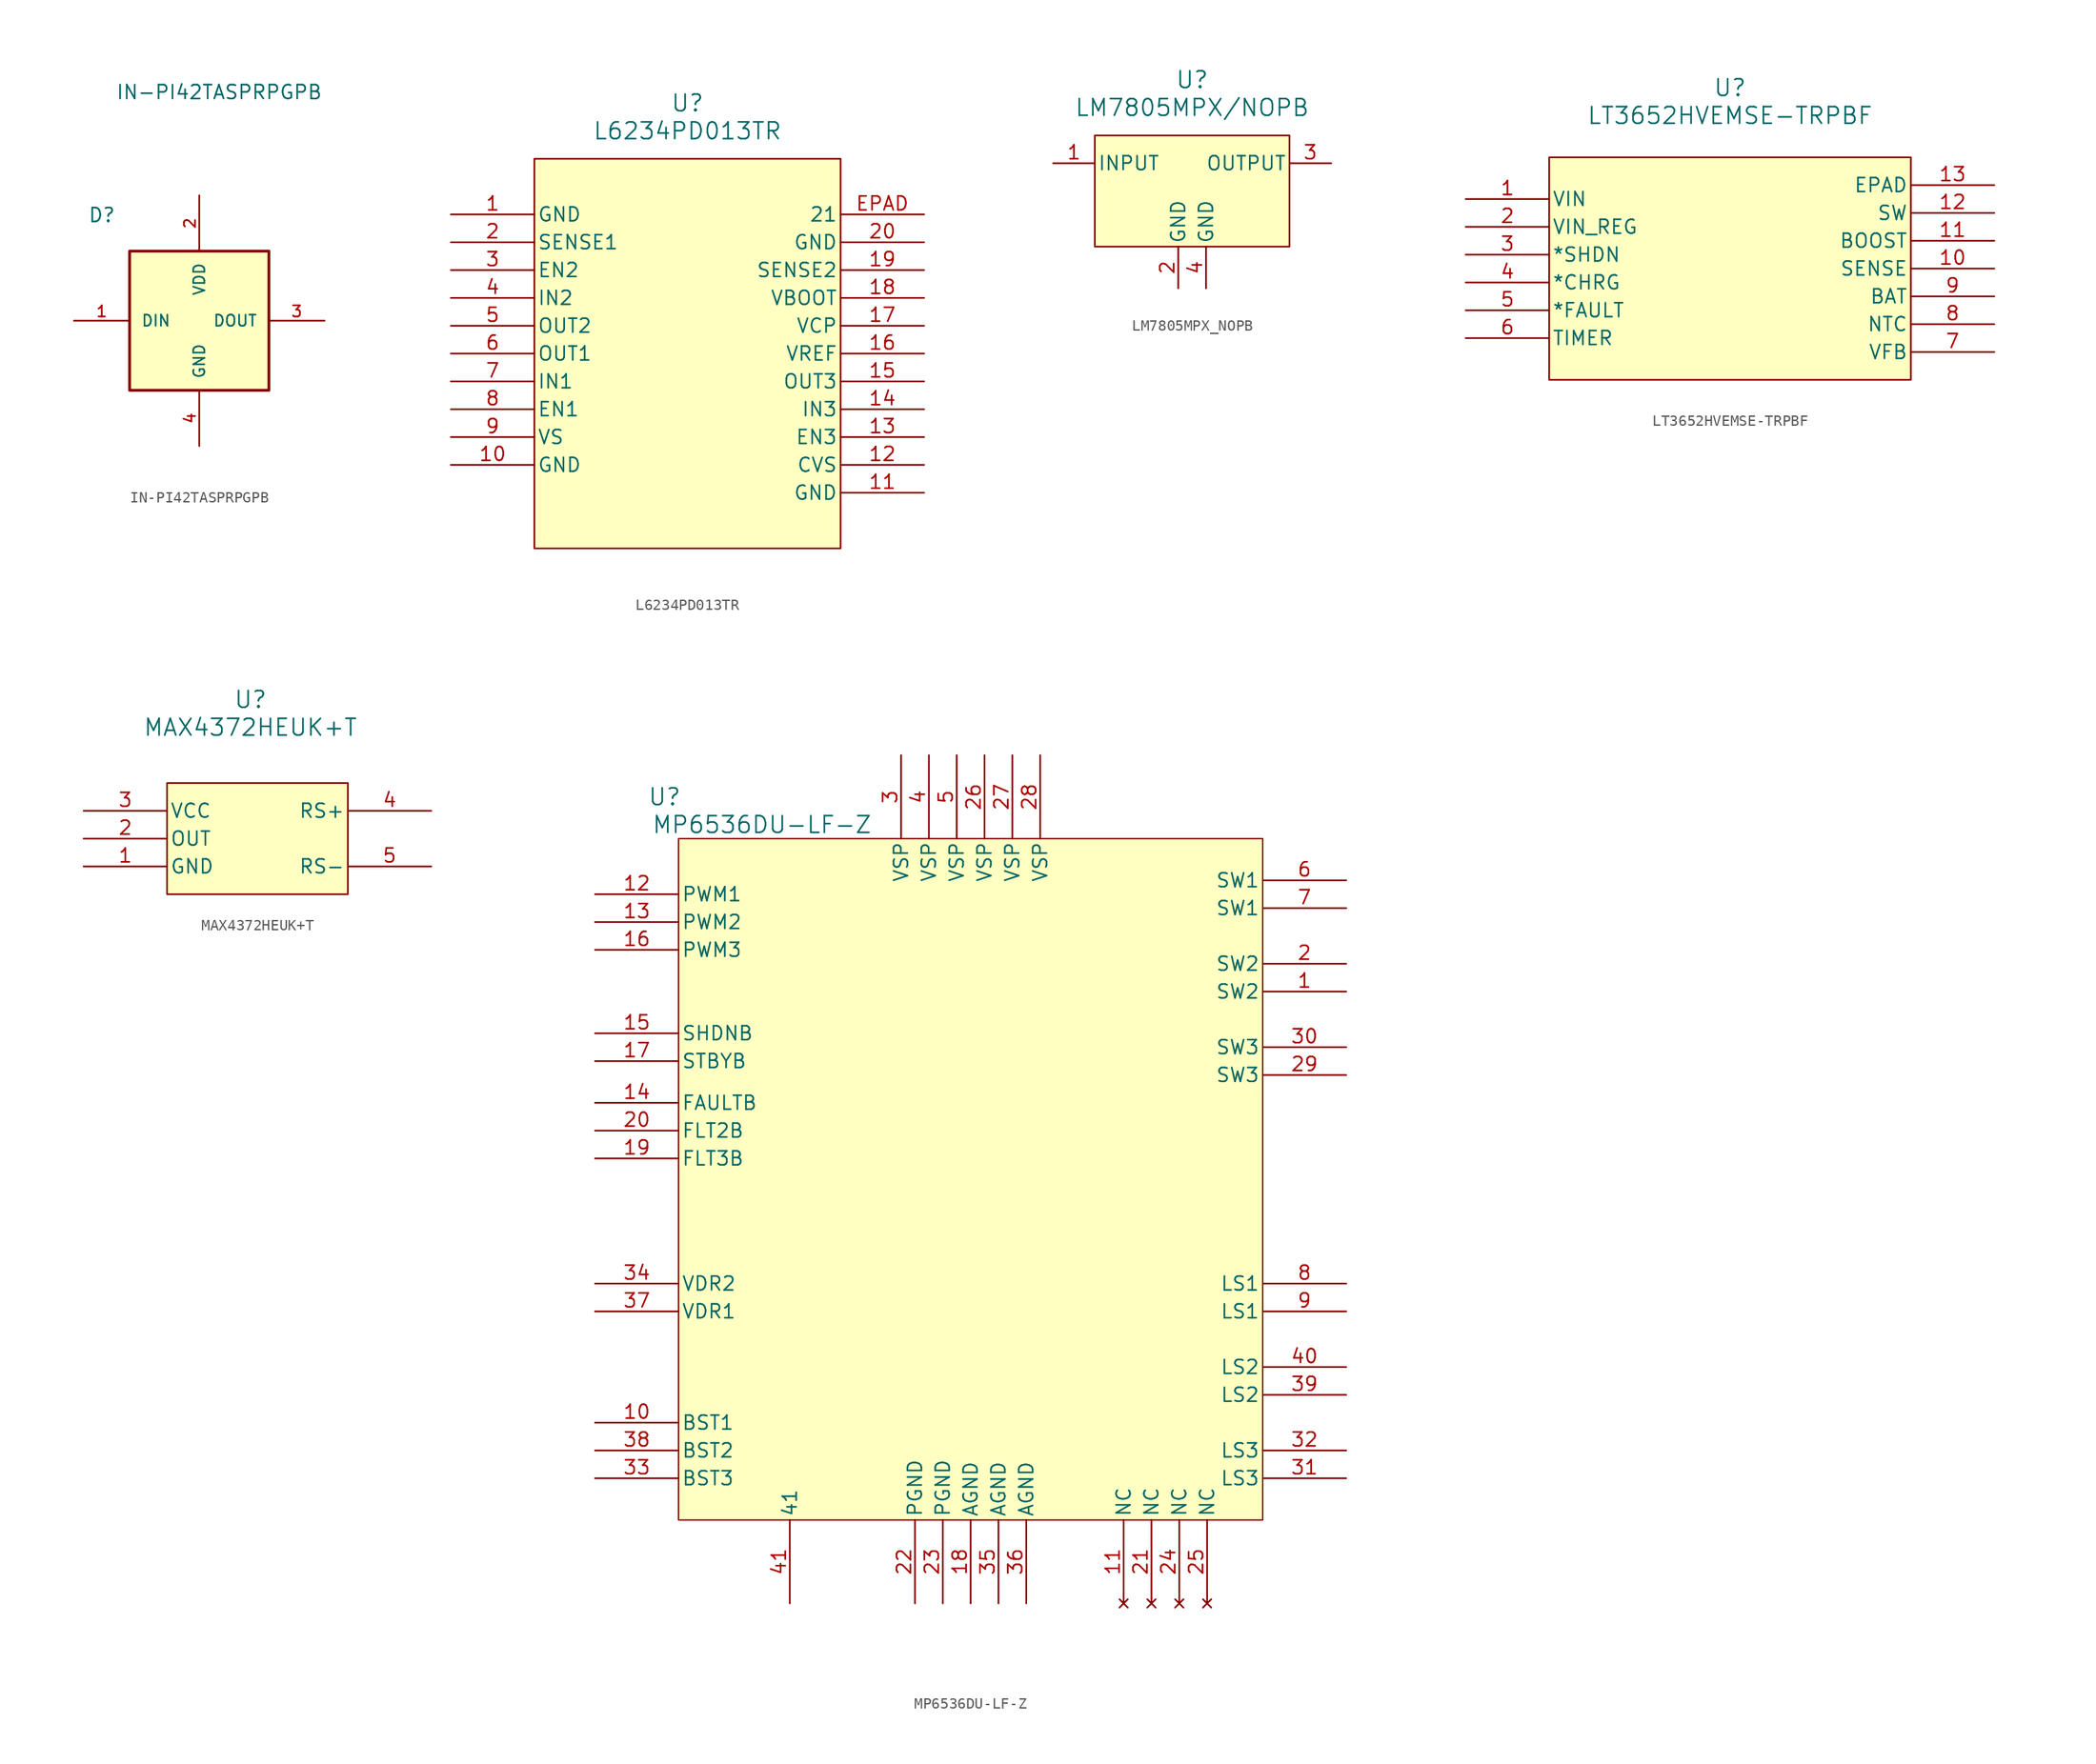
<source format=kicad_sym>
(kicad_symbol_lib
  (version 20220914)
  (generator kicad_symbol_editor)
  (symbol "IN-PI42TASPRPGPB"
    (pin_names
      (offset 1.016))
    (property "Reference" "D"
      (at -10.16 8.89 0)
      (effects (font (size 1.27 1.27)) (justify left bottom)))
    (property "Value" "IN-PI42TASPRPGPB"
      (at -7.62 21.59 0)
      (effects (font (size 1.27 1.27)) (justify left top)))
    (symbol "IN-PI42TASPRPGPB_0_0"
      (rectangle (start -6.35 6.35) (end 6.35 -6.35) (stroke (width 0.254) (type default)) (fill (type background)))
      (pin input line (at -11.43 0 0) (length 5.08) (name "DIN" (effects (font (size 1.016 1.016)))) (number "1" (effects (font (size 1.016 1.016)))))
      (pin power_in line (at 0 11.43 270) (length 5.08) (name "VDD" (effects (font (size 1.016 1.016)))) (number "2" (effects (font (size 1.016 1.016)))))
      (pin output line (at 11.43 0 180) (length 5.08) (name "DOUT" (effects (font (size 1.016 1.016)))) (number "3" (effects (font (size 1.016 1.016)))))
      (pin power_in line (at 0 -11.43 90) (length 5.08) (name "GND" (effects (font (size 1.016 1.016)))) (number "4" (effects (font (size 1.016 1.016)))))))
  (symbol "L6234PD013TR"
    (pin_names
      (offset 0.254))
    (property "Reference" "U"
      (at 0 22.86 0)
      (effects (font (size 1.524 1.524))))
    (property "Value" "L6234PD013TR"
      (at 0 20.32 0)
      (effects (font (size 1.524 1.524))))
    (symbol "L6234PD013TR_0_1"
      (pin power_in line (at -21.59 12.7 0) (length 7.62) (name "GND" (effects (font (size 1.27 1.27)))) (number "1" (effects (font (size 1.27 1.27)))))
      (pin power_in line (at -21.59 -10.16 0) (length 7.62) (name "GND" (effects (font (size 1.27 1.27)))) (number "10" (effects (font (size 1.27 1.27)))))
      (pin power_in line (at 21.59 -12.7 180) (length 7.62) (name "GND" (effects (font (size 1.27 1.27)))) (number "11" (effects (font (size 1.27 1.27)))))
      (pin unspecified line (at 21.59 -10.16 180) (length 7.62) (name "CVS" (effects (font (size 1.27 1.27)))) (number "12" (effects (font (size 1.27 1.27)))))
      (pin unspecified line (at 21.59 -7.62 180) (length 7.62) (name "EN3" (effects (font (size 1.27 1.27)))) (number "13" (effects (font (size 1.27 1.27)))))
      (pin input line (at 21.59 -5.08 180) (length 7.62) (name "IN3" (effects (font (size 1.27 1.27)))) (number "14" (effects (font (size 1.27 1.27)))))
      (pin output line (at 21.59 -2.54 180) (length 7.62) (name "OUT3" (effects (font (size 1.27 1.27)))) (number "15" (effects (font (size 1.27 1.27)))))
      (pin power_in line (at 21.59 0 180) (length 7.62) (name "VREF" (effects (font (size 1.27 1.27)))) (number "16" (effects (font (size 1.27 1.27)))))
      (pin power_in line (at 21.59 2.54 180) (length 7.62) (name "VCP" (effects (font (size 1.27 1.27)))) (number "17" (effects (font (size 1.27 1.27)))))
      (pin power_in line (at 21.59 5.08 180) (length 7.62) (name "VBOOT" (effects (font (size 1.27 1.27)))) (number "18" (effects (font (size 1.27 1.27)))))
      (pin unspecified line (at 21.59 7.62 180) (length 7.62) (name "SENSE2" (effects (font (size 1.27 1.27)))) (number "19" (effects (font (size 1.27 1.27)))))
      (pin unspecified line (at -21.59 10.16 0) (length 7.62) (name "SENSE1" (effects (font (size 1.27 1.27)))) (number "2" (effects (font (size 1.27 1.27)))))
      (pin power_in line (at 21.59 10.16 180) (length 7.62) (name "GND" (effects (font (size 1.27 1.27)))) (number "20" (effects (font (size 1.27 1.27)))))
      (pin unspecified line (at -21.59 7.62 0) (length 7.62) (name "EN2" (effects (font (size 1.27 1.27)))) (number "3" (effects (font (size 1.27 1.27)))))
      (pin input line (at -21.59 5.08 0) (length 7.62) (name "IN2" (effects (font (size 1.27 1.27)))) (number "4" (effects (font (size 1.27 1.27)))))
      (pin output line (at -21.59 2.54 0) (length 7.62) (name "OUT2" (effects (font (size 1.27 1.27)))) (number "5" (effects (font (size 1.27 1.27)))))
      (pin output line (at -21.59 0 0) (length 7.62) (name "OUT1" (effects (font (size 1.27 1.27)))) (number "6" (effects (font (size 1.27 1.27)))))
      (pin input line (at -21.59 -2.54 0) (length 7.62) (name "IN1" (effects (font (size 1.27 1.27)))) (number "7" (effects (font (size 1.27 1.27)))))
      (pin unspecified line (at -21.59 -5.08 0) (length 7.62) (name "EN1" (effects (font (size 1.27 1.27)))) (number "8" (effects (font (size 1.27 1.27)))))
      (pin power_in line (at -21.59 -7.62 0) (length 7.62) (name "VS" (effects (font (size 1.27 1.27)))) (number "9" (effects (font (size 1.27 1.27)))))
      (pin unspecified line (at 21.59 12.7 180) (length 7.62) (name "21" (effects (font (size 1.27 1.27)))) (number "EPAD" (effects (font (size 1.27 1.27))))))
    (symbol "L6234PD013TR_1_1"
      (rectangle (start -13.97 17.78) (end 13.97 -17.78) (stroke (width 0) (type default)) (fill (type background)))))
  (symbol "LM7805MPX_NOPB"
    (pin_names
      (offset 0.254))
    (property "Reference" "U"
      (at 0 10.16 0)
      (effects (font (size 1.524 1.524))))
    (property "Value" "LM7805MPX/NOPB"
      (at 0 7.62 0)
      (effects (font (size 1.524 1.524))))
    (symbol "LM7805MPX_NOPB_1_1"
      (rectangle (start -8.89 5.08) (end 8.89 -5.08) (stroke (width 0) (type default)) (fill (type background)))
      (pin input line (at -12.7 2.54 0) (length 3.81) (name "INPUT" (effects (font (size 1.27 1.27)))) (number "1" (effects (font (size 1.27 1.27)))))
      (pin power_in line (at -1.27 -8.89 90) (length 3.81) (name "GND" (effects (font (size 1.27 1.27)))) (number "2" (effects (font (size 1.27 1.27)))))
      (pin output line (at 12.7 2.54 180) (length 3.81) (name "OUTPUT" (effects (font (size 1.27 1.27)))) (number "3" (effects (font (size 1.27 1.27)))))
      (pin power_in line (at 1.27 -8.89 90) (length 3.81) (name "GND" (effects (font (size 1.27 1.27)))) (number "4" (effects (font (size 1.27 1.27)))))))
  (symbol "LT3652HVEMSE-TRPBF"
    (pin_names
      (offset 0.254))
    (property "Reference" "U"
      (at 0 16.51 0)
      (effects (font (size 1.524 1.524))))
    (property "Value" "LT3652HVEMSE-TRPBF"
      (at 0 13.97 0)
      (effects (font (size 1.524 1.524))))
    (symbol "LT3652HVEMSE-TRPBF_0_1"
      (pin input line (at -24.13 6.35 0) (length 7.62) (name "VIN" (effects (font (size 1.27 1.27)))) (number "1" (effects (font (size 1.27 1.27)))))
      (pin unspecified line (at 24.13 0 180) (length 7.62) (name "SENSE" (effects (font (size 1.27 1.27)))) (number "10" (effects (font (size 1.27 1.27)))))
      (pin unspecified line (at 24.13 2.54 180) (length 7.62) (name "BOOST" (effects (font (size 1.27 1.27)))) (number "11" (effects (font (size 1.27 1.27)))))
      (pin output line (at 24.13 5.08 180) (length 7.62) (name "SW" (effects (font (size 1.27 1.27)))) (number "12" (effects (font (size 1.27 1.27)))))
      (pin unspecified line (at 24.13 7.62 180) (length 7.62) (name "EPAD" (effects (font (size 1.27 1.27)))) (number "13" (effects (font (size 1.27 1.27)))))
      (pin input line (at -24.13 3.81 0) (length 7.62) (name "VIN_REG" (effects (font (size 1.27 1.27)))) (number "2" (effects (font (size 1.27 1.27)))))
      (pin input line (at -24.13 1.27 0) (length 7.62) (name "*SHDN" (effects (font (size 1.27 1.27)))) (number "3" (effects (font (size 1.27 1.27)))))
      (pin output line (at -24.13 -1.27 0) (length 7.62) (name "*CHRG" (effects (font (size 1.27 1.27)))) (number "4" (effects (font (size 1.27 1.27)))))
      (pin output line (at -24.13 -3.81 0) (length 7.62) (name "*FAULT" (effects (font (size 1.27 1.27)))) (number "5" (effects (font (size 1.27 1.27)))))
      (pin unspecified line (at -24.13 -6.35 0) (length 7.62) (name "TIMER" (effects (font (size 1.27 1.27)))) (number "6" (effects (font (size 1.27 1.27)))))
      (pin output line (at 24.13 -7.62 180) (length 7.62) (name "VFB" (effects (font (size 1.27 1.27)))) (number "7" (effects (font (size 1.27 1.27)))))
      (pin input line (at 24.13 -5.08 180) (length 7.62) (name "NTC" (effects (font (size 1.27 1.27)))) (number "8" (effects (font (size 1.27 1.27)))))
      (pin output line (at 24.13 -2.54 180) (length 7.62) (name "BAT" (effects (font (size 1.27 1.27)))) (number "9" (effects (font (size 1.27 1.27))))))
    (symbol "LT3652HVEMSE-TRPBF_1_1"
      (rectangle (start -16.51 10.16) (end 16.51 -10.16) (stroke (width 0) (type default)) (fill (type background)))))
  (symbol "MAX4372HEUK+T"
    (pin_names
      (offset 0.254))
    (property "Reference" "U"
      (at 0 12.7 0)
      (effects (font (size 1.524 1.524))))
    (property "Value" "MAX4372HEUK+T"
      (at 0 10.16 0)
      (effects (font (size 1.524 1.524))))
    (symbol "MAX4372HEUK+T_0_1"
      (pin power_in line (at -15.24 -2.54 0) (length 7.62) (name "GND" (effects (font (size 1.27 1.27)))) (number "1" (effects (font (size 1.27 1.27)))))
      (pin output line (at -15.24 0 0) (length 7.62) (name "OUT" (effects (font (size 1.27 1.27)))) (number "2" (effects (font (size 1.27 1.27)))))
      (pin unspecified line (at 16.51 2.54 180) (length 7.62) (name "RS+" (effects (font (size 1.27 1.27)))) (number "4" (effects (font (size 1.27 1.27)))))
      (pin unspecified line (at 16.51 -2.54 180) (length 7.62) (name "RS-" (effects (font (size 1.27 1.27)))) (number "5" (effects (font (size 1.27 1.27))))))
    (symbol "MAX4372HEUK+T_1_1"
      (rectangle (start -7.62 5.08) (end 8.89 -5.08) (stroke (width 0) (type default)) (fill (type background)))
      (pin power_in line (at -15.24 2.54 0) (length 7.62) (name "VCC" (effects (font (size 1.27 1.27)))) (number "3" (effects (font (size 1.27 1.27)))))))
  (symbol "MP6536DU-LF-Z"
    (pin_names
      (offset 0.254))
    (property "Reference" "U"
      (at -27.94 26.67 0)
      (effects (font (size 1.524 1.524))))
    (property "Value" "MP6536DU-LF-Z"
      (at -19.05 24.13 0)
      (effects (font (size 1.524 1.524))))
    (symbol "MP6536DU-LF-Z_0_1"
      (pin output line (at 34.29 8.89 180) (length 7.62) (name "SW2" (effects (font (size 1.27 1.27)))) (number "1" (effects (font (size 1.27 1.27)))))
      (pin unspecified line (at -34.29 -30.48 0) (length 7.62) (name "BST1" (effects (font (size 1.27 1.27)))) (number "10" (effects (font (size 1.27 1.27)))))
      (pin no_connect line (at 13.97 -46.99 90) (length 7.62) (name "NC" (effects (font (size 1.27 1.27)))) (number "11" (effects (font (size 1.27 1.27)))))
      (pin unspecified line (at -34.29 -1.27 0) (length 7.62) (name "FAULTB" (effects (font (size 1.27 1.27)))) (number "14" (effects (font (size 1.27 1.27)))))
      (pin power_in line (at 0 -46.99 90) (length 7.62) (name "AGND" (effects (font (size 1.27 1.27)))) (number "18" (effects (font (size 1.27 1.27)))))
      (pin unspecified line (at -34.29 -6.35 0) (length 7.62) (name "FLT3B" (effects (font (size 1.27 1.27)))) (number "19" (effects (font (size 1.27 1.27)))))
      (pin output line (at 34.29 11.43 180) (length 7.62) (name "SW2" (effects (font (size 1.27 1.27)))) (number "2" (effects (font (size 1.27 1.27)))))
      (pin unspecified line (at -34.29 -3.81 0) (length 7.62) (name "FLT2B" (effects (font (size 1.27 1.27)))) (number "20" (effects (font (size 1.27 1.27)))))
      (pin no_connect line (at 16.51 -46.99 90) (length 7.62) (name "NC" (effects (font (size 1.27 1.27)))) (number "21" (effects (font (size 1.27 1.27)))))
      (pin power_in line (at -5.08 -46.99 90) (length 7.62) (name "PGND" (effects (font (size 1.27 1.27)))) (number "22" (effects (font (size 1.27 1.27)))))
      (pin power_in line (at -2.54 -46.99 90) (length 7.62) (name "PGND" (effects (font (size 1.27 1.27)))) (number "23" (effects (font (size 1.27 1.27)))))
      (pin no_connect line (at 19.05 -46.99 90) (length 7.62) (name "NC" (effects (font (size 1.27 1.27)))) (number "24" (effects (font (size 1.27 1.27)))))
      (pin no_connect line (at 21.59 -46.99 90) (length 7.62) (name "NC" (effects (font (size 1.27 1.27)))) (number "25" (effects (font (size 1.27 1.27)))))
      (pin power_in line (at 1.27 30.48 270) (length 7.62) (name "VSP" (effects (font (size 1.27 1.27)))) (number "26" (effects (font (size 1.27 1.27)))))
      (pin power_in line (at 3.81 30.48 270) (length 7.62) (name "VSP" (effects (font (size 1.27 1.27)))) (number "27" (effects (font (size 1.27 1.27)))))
      (pin power_in line (at 6.35 30.48 270) (length 7.62) (name "VSP" (effects (font (size 1.27 1.27)))) (number "28" (effects (font (size 1.27 1.27)))))
      (pin output line (at 34.29 1.27 180) (length 7.62) (name "SW3" (effects (font (size 1.27 1.27)))) (number "29" (effects (font (size 1.27 1.27)))))
      (pin power_in line (at -6.35 30.48 270) (length 7.62) (name "VSP" (effects (font (size 1.27 1.27)))) (number "3" (effects (font (size 1.27 1.27)))))
      (pin output line (at 34.29 3.81 180) (length 7.62) (name "SW3" (effects (font (size 1.27 1.27)))) (number "30" (effects (font (size 1.27 1.27)))))
      (pin unspecified line (at 34.29 -35.56 180) (length 7.62) (name "LS3" (effects (font (size 1.27 1.27)))) (number "31" (effects (font (size 1.27 1.27)))))
      (pin unspecified line (at 34.29 -33.02 180) (length 7.62) (name "LS3" (effects (font (size 1.27 1.27)))) (number "32" (effects (font (size 1.27 1.27)))))
      (pin unspecified line (at -34.29 -35.56 0) (length 7.62) (name "BST3" (effects (font (size 1.27 1.27)))) (number "33" (effects (font (size 1.27 1.27)))))
      (pin unspecified line (at -34.29 -17.78 0) (length 7.62) (name "VDR2" (effects (font (size 1.27 1.27)))) (number "34" (effects (font (size 1.27 1.27)))))
      (pin power_in line (at 2.54 -46.99 90) (length 7.62) (name "AGND" (effects (font (size 1.27 1.27)))) (number "35" (effects (font (size 1.27 1.27)))))
      (pin power_in line (at 5.08 -46.99 90) (length 7.62) (name "AGND" (effects (font (size 1.27 1.27)))) (number "36" (effects (font (size 1.27 1.27)))))
      (pin unspecified line (at -34.29 -20.32 0) (length 7.62) (name "VDR1" (effects (font (size 1.27 1.27)))) (number "37" (effects (font (size 1.27 1.27)))))
      (pin unspecified line (at -34.29 -33.02 0) (length 7.62) (name "BST2" (effects (font (size 1.27 1.27)))) (number "38" (effects (font (size 1.27 1.27)))))
      (pin unspecified line (at 34.29 -27.94 180) (length 7.62) (name "LS2" (effects (font (size 1.27 1.27)))) (number "39" (effects (font (size 1.27 1.27)))))
      (pin power_in line (at -3.81 30.48 270) (length 7.62) (name "VSP" (effects (font (size 1.27 1.27)))) (number "4" (effects (font (size 1.27 1.27)))))
      (pin unspecified line (at 34.29 -25.4 180) (length 7.62) (name "LS2" (effects (font (size 1.27 1.27)))) (number "40" (effects (font (size 1.27 1.27)))))
      (pin unspecified line (at -16.51 -46.99 90) (length 7.62) (name "41" (effects (font (size 1.27 1.27)))) (number "41" (effects (font (size 1.27 1.27)))))
      (pin power_in line (at -1.27 30.48 270) (length 7.62) (name "VSP" (effects (font (size 1.27 1.27)))) (number "5" (effects (font (size 1.27 1.27)))))
      (pin output line (at 34.29 19.05 180) (length 7.62) (name "SW1" (effects (font (size 1.27 1.27)))) (number "6" (effects (font (size 1.27 1.27)))))
      (pin output line (at 34.29 16.51 180) (length 7.62) (name "SW1" (effects (font (size 1.27 1.27)))) (number "7" (effects (font (size 1.27 1.27)))))
      (pin unspecified line (at 34.29 -17.78 180) (length 7.62) (name "LS1" (effects (font (size 1.27 1.27)))) (number "8" (effects (font (size 1.27 1.27)))))
      (pin unspecified line (at 34.29 -20.32 180) (length 7.62) (name "LS1" (effects (font (size 1.27 1.27)))) (number "9" (effects (font (size 1.27 1.27))))))
    (symbol "MP6536DU-LF-Z_1_1"
      (rectangle (start -26.67 22.86) (end 26.67 -39.37) (stroke (width 0.124) (type default)) (fill (type background)))
      (pin input line (at -34.29 17.78 0) (length 7.62) (name "PWM1" (effects (font (size 1.27 1.27)))) (number "12" (effects (font (size 1.27 1.27)))))
      (pin input line (at -34.29 15.24 0) (length 7.62) (name "PWM2" (effects (font (size 1.27 1.27)))) (number "13" (effects (font (size 1.27 1.27)))))
      (pin input line (at -34.29 5.08 0) (length 7.62) (name "SHDNB" (effects (font (size 1.27 1.27)))) (number "15" (effects (font (size 1.27 1.27)))))
      (pin input line (at -34.29 12.7 0) (length 7.62) (name "PWM3" (effects (font (size 1.27 1.27)))) (number "16" (effects (font (size 1.27 1.27)))))
      (pin input line (at -34.29 2.54 0) (length 7.62) (name "STBYB" (effects (font (size 1.27 1.27)))) (number "17" (effects (font (size 1.27 1.27))))))))
</source>
